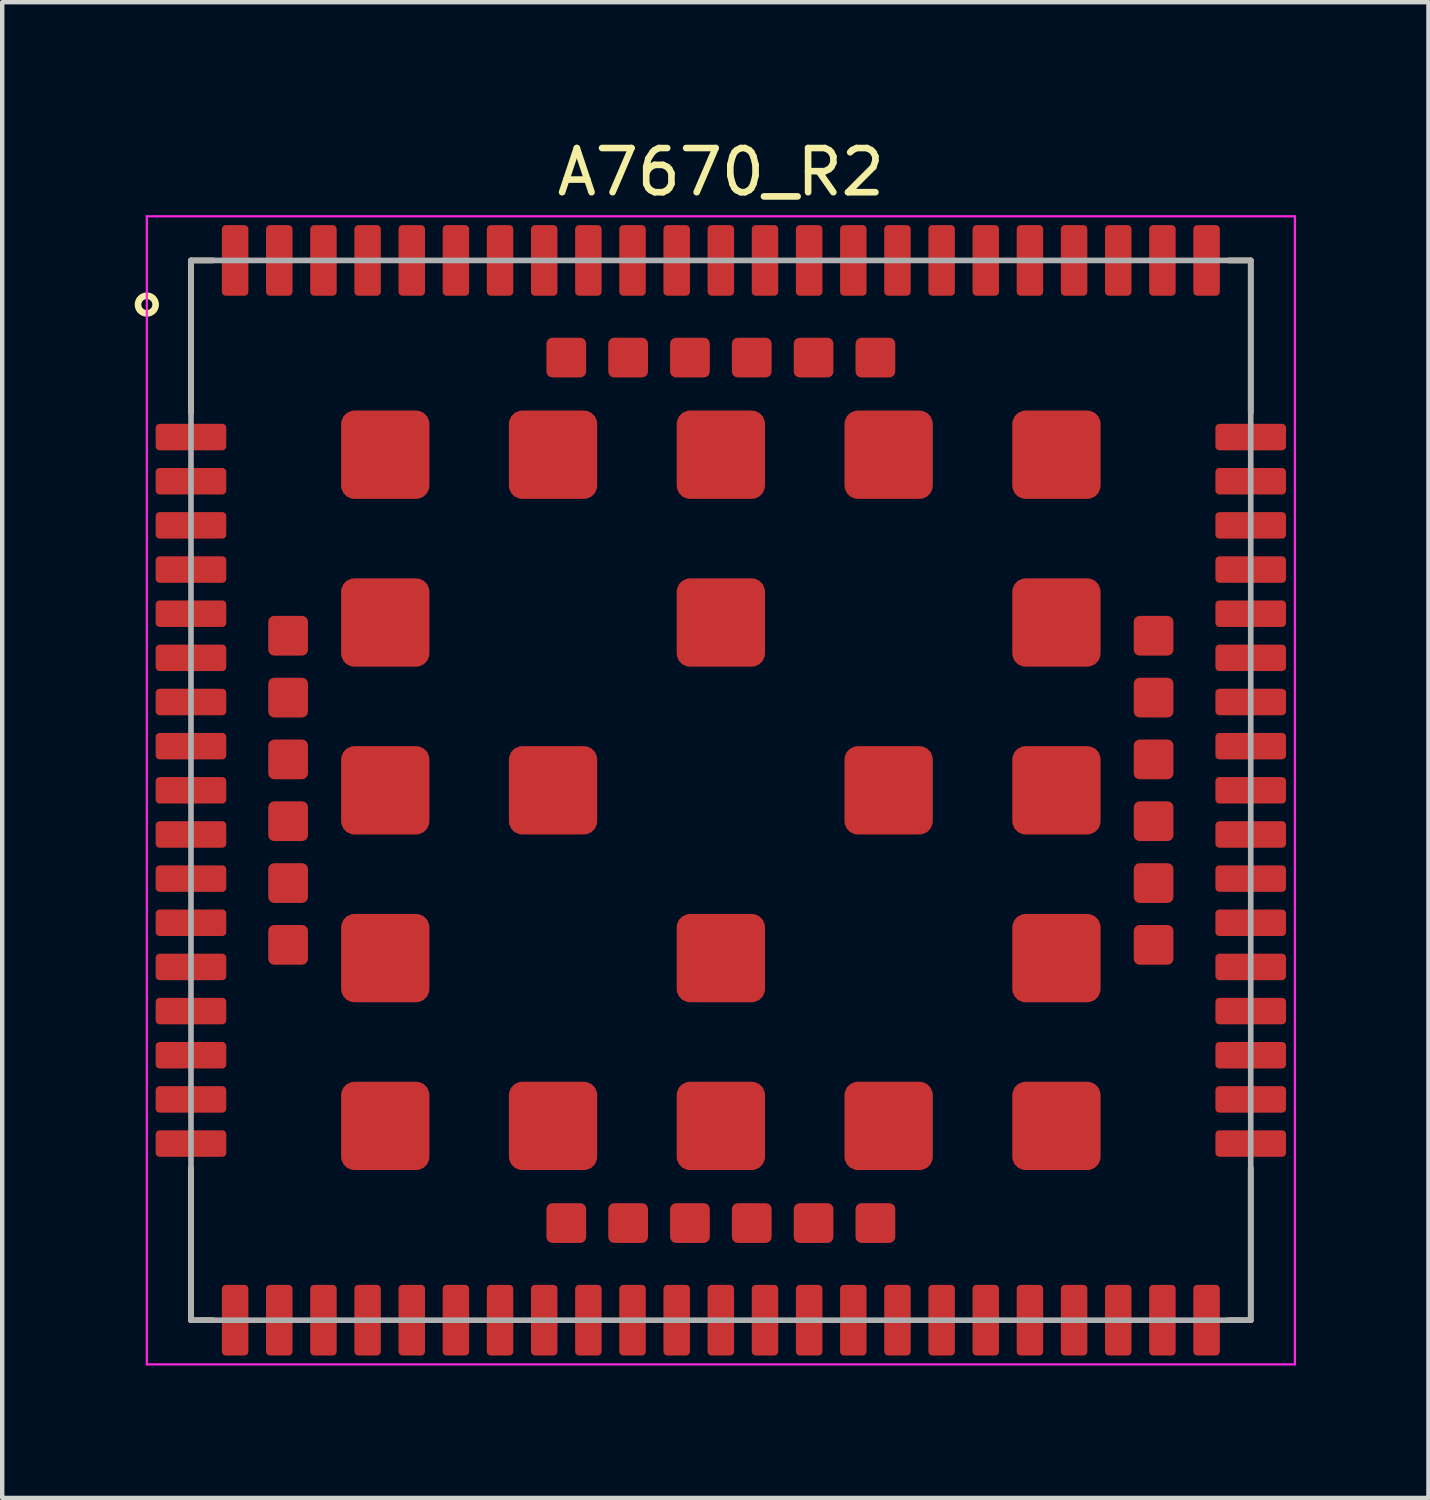
<source format=kicad_pcb>
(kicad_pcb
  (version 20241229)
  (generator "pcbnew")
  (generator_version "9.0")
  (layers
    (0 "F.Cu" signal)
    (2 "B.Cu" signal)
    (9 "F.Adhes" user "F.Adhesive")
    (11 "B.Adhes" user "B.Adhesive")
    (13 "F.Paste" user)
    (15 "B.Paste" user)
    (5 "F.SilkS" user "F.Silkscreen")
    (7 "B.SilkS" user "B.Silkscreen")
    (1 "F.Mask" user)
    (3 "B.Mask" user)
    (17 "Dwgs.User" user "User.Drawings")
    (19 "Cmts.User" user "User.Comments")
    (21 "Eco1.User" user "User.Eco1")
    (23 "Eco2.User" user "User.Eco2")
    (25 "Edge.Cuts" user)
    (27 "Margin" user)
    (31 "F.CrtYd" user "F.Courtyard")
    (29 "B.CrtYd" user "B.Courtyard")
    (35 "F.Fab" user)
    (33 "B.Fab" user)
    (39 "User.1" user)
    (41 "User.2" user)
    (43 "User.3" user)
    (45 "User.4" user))
  (footprint "A7670_R2"
    (layer "F.Cu")
    (at 13.275 14.848)
    (property "Reference" "A7670_R2" (at 0 -14 0) (layer "F.SilkS") (effects (font (size 1 1) (thickness 0.15))))
    (attr smd)
    (fp_line (start -12 -12) (end -11.5 -12) (stroke (width 0.127) (type solid)) (layer "F.SilkS"))
    (fp_line (start -12 -8.55) (end -12 -12) (stroke (width 0.127) (type solid)) (layer "F.SilkS"))
    (fp_line (start -12 8.55) (end -12 12) (stroke (width 0.127) (type solid)) (layer "F.SilkS"))
    (fp_line (start -12 12) (end -11.5 12) (stroke (width 0.127) (type solid)) (layer "F.SilkS"))
    (fp_line (start 11.5 -12) (end 12 -12) (stroke (width 0.127) (type solid)) (layer "F.SilkS"))
    (fp_line (start 12 -12) (end 12 -8.55) (stroke (width 0.127) (type solid)) (layer "F.SilkS"))
    (fp_line (start 12 8.55) (end 12 12) (stroke (width 0.127) (type solid)) (layer "F.SilkS"))
    (fp_line (start 12 12) (end 11.5 12) (stroke (width 0.127) (type solid)) (layer "F.SilkS"))
    (fp_circle (center -13 -11) (end -12.8 -11) (stroke (width 0.15) (type solid)) (fill no) (layer "F.SilkS"))
    (fp_line (start -13 -13) (end -13 13) (stroke (width 0.05) (type solid)) (layer "F.CrtYd"))
    (fp_line (start -13 -13) (end 13 -13) (stroke (width 0.05) (type solid)) (layer "F.CrtYd"))
    (fp_line (start 13 -13) (end 13 13) (stroke (width 0.05) (type solid)) (layer "F.CrtYd"))
    (fp_line (start 13 13) (end -13 13) (stroke (width 0.05) (type solid)) (layer "F.CrtYd"))
    (fp_line (start -12 -12) (end 12 -12) (stroke (width 0.127) (type solid)) (layer "F.Fab"))
    (fp_line (start -12 12) (end -12 -12) (stroke (width 0.127) (type solid)) (layer "F.Fab"))
    (fp_line (start 12 -12) (end 12 12) (stroke (width 0.127) (type solid)) (layer "F.Fab"))
    (fp_line (start 12 12) (end -12 12) (stroke (width 0.127) (type solid)) (layer "F.Fab"))
    (pad "1" smd roundrect (at -12 -8) (size 1.6 0.6) (layers "F.Cu" "F.Mask" "F.Paste") (roundrect_rratio 0.15))
    (pad "2" smd roundrect (at -12 -7) (size 1.6 0.6) (layers "F.Cu" "F.Mask" "F.Paste") (roundrect_rratio 0.15))
    (pad "3" smd roundrect (at -12 -6) (size 1.6 0.6) (layers "F.Cu" "F.Mask" "F.Paste") (roundrect_rratio 0.15))
    (pad "4" smd roundrect (at -12 -5) (size 1.6 0.6) (layers "F.Cu" "F.Mask" "F.Paste") (roundrect_rratio 0.15))
    (pad "5" smd roundrect (at -12 -4) (size 1.6 0.6) (layers "F.Cu" "F.Mask" "F.Paste") (roundrect_rratio 0.15))
    (pad "6" smd roundrect (at -12 -3) (size 1.6 0.6) (layers "F.Cu" "F.Mask" "F.Paste") (roundrect_rratio 0.15))
    (pad "7" smd roundrect (at -12 -2) (size 1.6 0.6) (layers "F.Cu" "F.Mask" "F.Paste") (roundrect_rratio 0.15))
    (pad "8" smd roundrect (at -12 -1) (size 1.6 0.6) (layers "F.Cu" "F.Mask" "F.Paste") (roundrect_rratio 0.15))
    (pad "9" smd roundrect (at -12 0) (size 1.6 0.6) (layers "F.Cu" "F.Mask" "F.Paste") (roundrect_rratio 0.15))
    (pad "10" smd roundrect (at -12 1) (size 1.6 0.6) (layers "F.Cu" "F.Mask" "F.Paste") (roundrect_rratio 0.15))
    (pad "11" smd roundrect (at -12 2) (size 1.6 0.6) (layers "F.Cu" "F.Mask" "F.Paste") (roundrect_rratio 0.15))
    (pad "12" smd roundrect (at -12 3) (size 1.6 0.6) (layers "F.Cu" "F.Mask" "F.Paste") (roundrect_rratio 0.15))
    (pad "13" smd roundrect (at -12 4) (size 1.6 0.6) (layers "F.Cu" "F.Mask" "F.Paste") (roundrect_rratio 0.15))
    (pad "14" smd roundrect (at -12 5) (size 1.6 0.6) (layers "F.Cu" "F.Mask" "F.Paste") (roundrect_rratio 0.15))
    (pad "15" smd roundrect (at -12 6) (size 1.6 0.6) (layers "F.Cu" "F.Mask" "F.Paste") (roundrect_rratio 0.15))
    (pad "16" smd roundrect (at -12 7) (size 1.6 0.6) (layers "F.Cu" "F.Mask" "F.Paste") (roundrect_rratio 0.15))
    (pad "17" smd roundrect (at -12 8) (size 1.6 0.6) (layers "F.Cu" "F.Mask" "F.Paste") (roundrect_rratio 0.15))
    (pad "18" smd roundrect (at -8 12 90) (size 1.6 0.6) (layers "F.Cu" "F.Mask" "F.Paste") (roundrect_rratio 0.15))
    (pad "19" smd roundrect (at -7 12 90) (size 1.6 0.6) (layers "F.Cu" "F.Mask" "F.Paste") (roundrect_rratio 0.15))
    (pad "20" smd roundrect (at -6 12 90) (size 1.6 0.6) (layers "F.Cu" "F.Mask" "F.Paste") (roundrect_rratio 0.15))
    (pad "21" smd roundrect (at -5 12 90) (size 1.6 0.6) (layers "F.Cu" "F.Mask" "F.Paste") (roundrect_rratio 0.15))
    (pad "22" smd roundrect (at -4 12 90) (size 1.6 0.6) (layers "F.Cu" "F.Mask" "F.Paste") (roundrect_rratio 0.15))
    (pad "23" smd roundrect (at -3 12 90) (size 1.6 0.6) (layers "F.Cu" "F.Mask" "F.Paste") (roundrect_rratio 0.15))
    (pad "24" smd roundrect (at -2 12 90) (size 1.6 0.6) (layers "F.Cu" "F.Mask" "F.Paste") (roundrect_rratio 0.15))
    (pad "25" smd roundrect (at -1 12 90) (size 1.6 0.6) (layers "F.Cu" "F.Mask" "F.Paste") (roundrect_rratio 0.15))
    (pad "26" smd roundrect (at 0 12 90) (size 1.6 0.6) (layers "F.Cu" "F.Mask" "F.Paste") (roundrect_rratio 0.15))
    (pad "27" smd roundrect (at 1 12 90) (size 1.6 0.6) (layers "F.Cu" "F.Mask" "F.Paste") (roundrect_rratio 0.15))
    (pad "28" smd roundrect (at 2 12 90) (size 1.6 0.6) (layers "F.Cu" "F.Mask" "F.Paste") (roundrect_rratio 0.15))
    (pad "29" smd roundrect (at 3 12 90) (size 1.6 0.6) (layers "F.Cu" "F.Mask" "F.Paste") (roundrect_rratio 0.15))
    (pad "30" smd roundrect (at 4 12 90) (size 1.6 0.6) (layers "F.Cu" "F.Mask" "F.Paste") (roundrect_rratio 0.15))
    (pad "31" smd roundrect (at 5 12 90) (size 1.6 0.6) (layers "F.Cu" "F.Mask" "F.Paste") (roundrect_rratio 0.15))
    (pad "32" smd roundrect (at 6 12 90) (size 1.6 0.6) (layers "F.Cu" "F.Mask" "F.Paste") (roundrect_rratio 0.15))
    (pad "33" smd roundrect (at 7 12 90) (size 1.6 0.6) (layers "F.Cu" "F.Mask" "F.Paste") (roundrect_rratio 0.15))
    (pad "34" smd roundrect (at 8 12 90) (size 1.6 0.6) (layers "F.Cu" "F.Mask" "F.Paste") (roundrect_rratio 0.15))
    (pad "35" smd roundrect (at 12 8 180) (size 1.6 0.6) (layers "F.Cu" "F.Mask" "F.Paste") (roundrect_rratio 0.15))
    (pad "36" smd roundrect (at 12 7 180) (size 1.6 0.6) (layers "F.Cu" "F.Mask" "F.Paste") (roundrect_rratio 0.15))
    (pad "37" smd roundrect (at 12 6 180) (size 1.6 0.6) (layers "F.Cu" "F.Mask" "F.Paste") (roundrect_rratio 0.15))
    (pad "38" smd roundrect (at 12 5 180) (size 1.6 0.6) (layers "F.Cu" "F.Mask" "F.Paste") (roundrect_rratio 0.15))
    (pad "39" smd roundrect (at 12 4 180) (size 1.6 0.6) (layers "F.Cu" "F.Mask" "F.Paste") (roundrect_rratio 0.15))
    (pad "40" smd roundrect (at 12 3 180) (size 1.6 0.6) (layers "F.Cu" "F.Mask" "F.Paste") (roundrect_rratio 0.15))
    (pad "41" smd roundrect (at 12 2 180) (size 1.6 0.6) (layers "F.Cu" "F.Mask" "F.Paste") (roundrect_rratio 0.15))
    (pad "42" smd roundrect (at 12 1 180) (size 1.6 0.6) (layers "F.Cu" "F.Mask" "F.Paste") (roundrect_rratio 0.15))
    (pad "43" smd roundrect (at 12 0 180) (size 1.6 0.6) (layers "F.Cu" "F.Mask" "F.Paste") (roundrect_rratio 0.15))
    (pad "44" smd roundrect (at 12 -1 180) (size 1.6 0.6) (layers "F.Cu" "F.Mask" "F.Paste") (roundrect_rratio 0.15))
    (pad "45" smd roundrect (at 12 -2 180) (size 1.6 0.6) (layers "F.Cu" "F.Mask" "F.Paste") (roundrect_rratio 0.15))
    (pad "46" smd roundrect (at 12 -3 180) (size 1.6 0.6) (layers "F.Cu" "F.Mask" "F.Paste") (roundrect_rratio 0.15))
    (pad "47" smd roundrect (at 12 -4 180) (size 1.6 0.6) (layers "F.Cu" "F.Mask" "F.Paste") (roundrect_rratio 0.15))
    (pad "48" smd roundrect (at 12 -5 180) (size 1.6 0.6) (layers "F.Cu" "F.Mask" "F.Paste") (roundrect_rratio 0.15))
    (pad "49" smd roundrect (at 12 -6 180) (size 1.6 0.6) (layers "F.Cu" "F.Mask" "F.Paste") (roundrect_rratio 0.15))
    (pad "50" smd roundrect (at 12 -7 180) (size 1.6 0.6) (layers "F.Cu" "F.Mask" "F.Paste") (roundrect_rratio 0.15))
    (pad "51" smd roundrect (at 12 -8 180) (size 1.6 0.6) (layers "F.Cu" "F.Mask" "F.Paste") (roundrect_rratio 0.15))
    (pad "52" smd roundrect (at 8 -12 270) (size 1.6 0.6) (layers "F.Cu" "F.Mask" "F.Paste") (roundrect_rratio 0.15))
    (pad "53" smd roundrect (at 7 -12 270) (size 1.6 0.6) (layers "F.Cu" "F.Mask" "F.Paste") (roundrect_rratio 0.15))
    (pad "54" smd roundrect (at 6 -12 270) (size 1.6 0.6) (layers "F.Cu" "F.Mask" "F.Paste") (roundrect_rratio 0.15))
    (pad "55" smd roundrect (at 5 -12 270) (size 1.6 0.6) (layers "F.Cu" "F.Mask" "F.Paste") (roundrect_rratio 0.15))
    (pad "56" smd roundrect (at 4 -12 270) (size 1.6 0.6) (layers "F.Cu" "F.Mask" "F.Paste") (roundrect_rratio 0.15))
    (pad "57" smd roundrect (at 3 -12 270) (size 1.6 0.6) (layers "F.Cu" "F.Mask" "F.Paste") (roundrect_rratio 0.15))
    (pad "58" smd roundrect (at 2 -12 270) (size 1.6 0.6) (layers "F.Cu" "F.Mask" "F.Paste") (roundrect_rratio 0.15))
    (pad "59" smd roundrect (at 1 -12 270) (size 1.6 0.6) (layers "F.Cu" "F.Mask" "F.Paste") (roundrect_rratio 0.15))
    (pad "60" smd roundrect (at 0 -12 270) (size 1.6 0.6) (layers "F.Cu" "F.Mask" "F.Paste") (roundrect_rratio 0.15))
    (pad "61" smd roundrect (at -1 -12 270) (size 1.6 0.6) (layers "F.Cu" "F.Mask" "F.Paste") (roundrect_rratio 0.15))
    (pad "62" smd roundrect (at -2 -12 270) (size 1.6 0.6) (layers "F.Cu" "F.Mask" "F.Paste") (roundrect_rratio 0.15))
    (pad "63" smd roundrect (at -3 -12 270) (size 1.6 0.6) (layers "F.Cu" "F.Mask" "F.Paste") (roundrect_rratio 0.15))
    (pad "64" smd roundrect (at -4 -12 270) (size 1.6 0.6) (layers "F.Cu" "F.Mask" "F.Paste") (roundrect_rratio 0.15))
    (pad "65" smd roundrect (at -5 -12 270) (size 1.6 0.6) (layers "F.Cu" "F.Mask" "F.Paste") (roundrect_rratio 0.15))
    (pad "66" smd roundrect (at -6 -12 270) (size 1.6 0.6) (layers "F.Cu" "F.Mask" "F.Paste") (roundrect_rratio 0.15))
    (pad "67" smd roundrect (at -7 -12 270) (size 1.6 0.6) (layers "F.Cu" "F.Mask" "F.Paste") (roundrect_rratio 0.15))
    (pad "68" smd roundrect (at -8 -12 270) (size 1.6 0.6) (layers "F.Cu" "F.Mask" "F.Paste") (roundrect_rratio 0.15))
    (pad "69" smd roundrect (at -7.6 -7.6) (size 2 2) (layers "F.Cu" "F.Mask" "F.Paste") (roundrect_rratio 0.15))
    (pad "70" smd roundrect (at -7.6 -3.8) (size 2 2) (layers "F.Cu" "F.Mask" "F.Paste") (roundrect_rratio 0.15))
    (pad "71" smd roundrect (at -7.6 0) (size 2 2) (layers "F.Cu" "F.Mask" "F.Paste") (roundrect_rratio 0.15))
    (pad "72" smd roundrect (at -7.6 3.8) (size 2 2) (layers "F.Cu" "F.Mask" "F.Paste") (roundrect_rratio 0.15))
    (pad "73" smd roundrect (at -7.6 7.6) (size 2 2) (layers "F.Cu" "F.Mask" "F.Paste") (roundrect_rratio 0.15))
    (pad "74" smd roundrect (at -3.8 7.6) (size 2 2) (layers "F.Cu" "F.Mask" "F.Paste") (roundrect_rratio 0.15))
    (pad "75" smd roundrect (at 0 7.6) (size 2 2) (layers "F.Cu" "F.Mask" "F.Paste") (roundrect_rratio 0.15))
    (pad "76" smd roundrect (at 3.8 7.6) (size 2 2) (layers "F.Cu" "F.Mask" "F.Paste") (roundrect_rratio 0.15))
    (pad "77" smd roundrect (at 7.6 7.6) (size 2 2) (layers "F.Cu" "F.Mask" "F.Paste") (roundrect_rratio 0.15))
    (pad "78" smd roundrect (at 7.6 3.8) (size 2 2) (layers "F.Cu" "F.Mask" "F.Paste") (roundrect_rratio 0.15))
    (pad "79" smd roundrect (at 7.6 0) (size 2 2) (layers "F.Cu" "F.Mask" "F.Paste") (roundrect_rratio 0.15))
    (pad "80" smd roundrect (at 7.6 -3.8) (size 2 2) (layers "F.Cu" "F.Mask" "F.Paste") (roundrect_rratio 0.15))
    (pad "81" smd roundrect (at 7.6 -7.6) (size 2 2) (layers "F.Cu" "F.Mask" "F.Paste") (roundrect_rratio 0.15))
    (pad "82" smd roundrect (at 3.8 -7.6) (size 2 2) (layers "F.Cu" "F.Mask" "F.Paste") (roundrect_rratio 0.15))
    (pad "83" smd roundrect (at 0 -7.6) (size 2 2) (layers "F.Cu" "F.Mask" "F.Paste") (roundrect_rratio 0.15))
    (pad "84" smd roundrect (at -3.8 -7.6) (size 2 2) (layers "F.Cu" "F.Mask" "F.Paste") (roundrect_rratio 0.15))
    (pad "85" smd roundrect (at -3.8 0) (size 2 2) (layers "F.Cu" "F.Mask" "F.Paste") (roundrect_rratio 0.15))
    (pad "86" smd roundrect (at 0 3.8) (size 2 2) (layers "F.Cu" "F.Mask" "F.Paste") (roundrect_rratio 0.15))
    (pad "87" smd roundrect (at 3.8 0) (size 2 2) (layers "F.Cu" "F.Mask" "F.Paste") (roundrect_rratio 0.15))
    (pad "88" smd roundrect (at 0 -3.8) (size 2 2) (layers "F.Cu" "F.Mask" "F.Paste") (roundrect_rratio 0.15))
    (pad "89" smd roundrect (at -11 12 270) (size 1.6 0.6) (layers "F.Cu" "F.Mask" "F.Paste") (roundrect_rratio 0.15))
    (pad "90" smd roundrect (at -10 12 270) (size 1.6 0.6) (layers "F.Cu" "F.Mask" "F.Paste") (roundrect_rratio 0.15))
    (pad "91" smd roundrect (at -9 12 270) (size 1.6 0.6) (layers "F.Cu" "F.Mask" "F.Paste") (roundrect_rratio 0.15))
    (pad "92" smd roundrect (at 9 12 270) (size 1.6 0.6) (layers "F.Cu" "F.Mask" "F.Paste") (roundrect_rratio 0.15))
    (pad "93" smd roundrect (at 10 12 270) (size 1.6 0.6) (layers "F.Cu" "F.Mask" "F.Paste") (roundrect_rratio 0.15))
    (pad "94" smd roundrect (at 11 12 270) (size 1.6 0.6) (layers "F.Cu" "F.Mask" "F.Paste") (roundrect_rratio 0.15))
    (pad "95" smd roundrect (at 11 -12 270) (size 1.6 0.6) (layers "F.Cu" "F.Mask" "F.Paste") (roundrect_rratio 0.15))
    (pad "96" smd roundrect (at 10 -12 270) (size 1.6 0.6) (layers "F.Cu" "F.Mask" "F.Paste") (roundrect_rratio 0.15))
    (pad "97" smd roundrect (at 9 -12 270) (size 1.6 0.6) (layers "F.Cu" "F.Mask" "F.Paste") (roundrect_rratio 0.15))
    (pad "98" smd roundrect (at -9 -12 270) (size 1.6 0.6) (layers "F.Cu" "F.Mask" "F.Paste") (roundrect_rratio 0.15))
    (pad "99" smd roundrect (at -10 -12 270) (size 1.6 0.6) (layers "F.Cu" "F.Mask" "F.Paste") (roundrect_rratio 0.15))
    (pad "100" smd roundrect (at -11 -12 270) (size 1.6 0.6) (layers "F.Cu" "F.Mask" "F.Paste") (roundrect_rratio 0.15))
    (pad "101" smd roundrect (at -9.8 -3.5) (size 0.9 0.9) (layers "F.Cu" "F.Mask" "F.Paste") (roundrect_rratio 0.15))
    (pad "102" smd roundrect (at -9.8 -2.1) (size 0.9 0.9) (layers "F.Cu" "F.Mask" "F.Paste") (roundrect_rratio 0.15))
    (pad "103" smd roundrect (at -9.8 -0.7) (size 0.9 0.9) (layers "F.Cu" "F.Mask" "F.Paste") (roundrect_rratio 0.15))
    (pad "104" smd roundrect (at -9.8 0.7) (size 0.9 0.9) (layers "F.Cu" "F.Mask" "F.Paste") (roundrect_rratio 0.15))
    (pad "105" smd roundrect (at -9.8 2.1) (size 0.9 0.9) (layers "F.Cu" "F.Mask" "F.Paste") (roundrect_rratio 0.15))
    (pad "106" smd roundrect (at -9.8 3.5) (size 0.9 0.9) (layers "F.Cu" "F.Mask" "F.Paste") (roundrect_rratio 0.15))
    (pad "107" smd roundrect (at -3.5 9.8) (size 0.9 0.9) (layers "F.Cu" "F.Mask" "F.Paste") (roundrect_rratio 0.15))
    (pad "108" smd roundrect (at -2.1 9.8) (size 0.9 0.9) (layers "F.Cu" "F.Mask" "F.Paste") (roundrect_rratio 0.15))
    (pad "109" smd roundrect (at -0.7 9.8) (size 0.9 0.9) (layers "F.Cu" "F.Mask" "F.Paste") (roundrect_rratio 0.15))
    (pad "110" smd roundrect (at 0.7 9.8) (size 0.9 0.9) (layers "F.Cu" "F.Mask" "F.Paste") (roundrect_rratio 0.15))
    (pad "111" smd roundrect (at 2.1 9.8) (size 0.9 0.9) (layers "F.Cu" "F.Mask" "F.Paste") (roundrect_rratio 0.15))
    (pad "112" smd roundrect (at 3.5 9.8) (size 0.9 0.9) (layers "F.Cu" "F.Mask" "F.Paste") (roundrect_rratio 0.15))
    (pad "113" smd roundrect (at 9.8 3.5) (size 0.9 0.9) (layers "F.Cu" "F.Mask" "F.Paste") (roundrect_rratio 0.15))
    (pad "114" smd roundrect (at 9.8 2.1) (size 0.9 0.9) (layers "F.Cu" "F.Mask" "F.Paste") (roundrect_rratio 0.15))
    (pad "115" smd roundrect (at 9.8 0.7) (size 0.9 0.9) (layers "F.Cu" "F.Mask" "F.Paste") (roundrect_rratio 0.15))
    (pad "116" smd roundrect (at 9.8 -0.7) (size 0.9 0.9) (layers "F.Cu" "F.Mask" "F.Paste") (roundrect_rratio 0.15))
    (pad "117" smd roundrect (at 9.8 -2.1) (size 0.9 0.9) (layers "F.Cu" "F.Mask" "F.Paste") (roundrect_rratio 0.15))
    (pad "118" smd roundrect (at 9.8 -3.5) (size 0.9 0.9) (layers "F.Cu" "F.Mask" "F.Paste") (roundrect_rratio 0.15))
    (pad "119" smd roundrect (at 3.5 -9.8) (size 0.9 0.9) (layers "F.Cu" "F.Mask" "F.Paste") (roundrect_rratio 0.15))
    (pad "120" smd roundrect (at 2.1 -9.8) (size 0.9 0.9) (layers "F.Cu" "F.Mask" "F.Paste") (roundrect_rratio 0.15))
    (pad "121" smd roundrect (at 0.7 -9.8) (size 0.9 0.9) (layers "F.Cu" "F.Mask" "F.Paste") (roundrect_rratio 0.15))
    (pad "122" smd roundrect (at -0.7 -9.8) (size 0.9 0.9) (layers "F.Cu" "F.Mask" "F.Paste") (roundrect_rratio 0.15))
    (pad "123" smd roundrect (at -2.1 -9.8) (size 0.9 0.9) (layers "F.Cu" "F.Mask" "F.Paste") (roundrect_rratio 0.15))
    (pad "124" smd roundrect (at -3.5 -9.8) (size 0.9 0.9) (layers "F.Cu" "F.Mask" "F.Paste") (roundrect_rratio 0.15))
    (zone (net_name "") (layers "F.Cu" "B.Cu") (name "Forbidden") (hatch full 0.5) (connect_pads) (min_thickness 0.25) (filled_areas_thickness no) (keepout (tracks not_allowed) (vias not_allowed) (pads not_allowed) (copperpour not_allowed) (footprints allowed)) (placement (enabled no)) (fill) (polygon (pts (xy 2.375 6.098) (xy 3.875 6.098) (xy 3.875 7.598) (xy 2.375 7.598))))
    (zone (net_name "") (layers "F.Cu" "B.Cu") (name "Forbidden") (hatch full 0.5) (connect_pads) (min_thickness 0.25) (filled_areas_thickness no) (keepout (tracks not_allowed) (vias not_allowed) (pads not_allowed) (copperpour allowed) (footprints allowed)) (placement (enabled no)) (fill) (polygon (pts (xy 16.975 19.148) (xy 14.572 19.148) (xy 14.572 16.751) (xy 14.575 16.748) (xy 16.975 16.748)))))
  (gr_rect
    (start -3 -3)
    (end 29.3 30.873)
    (stroke (width 0.1) (type default))
    (fill no)
    (layer "Edge.Cuts")))
</source>
